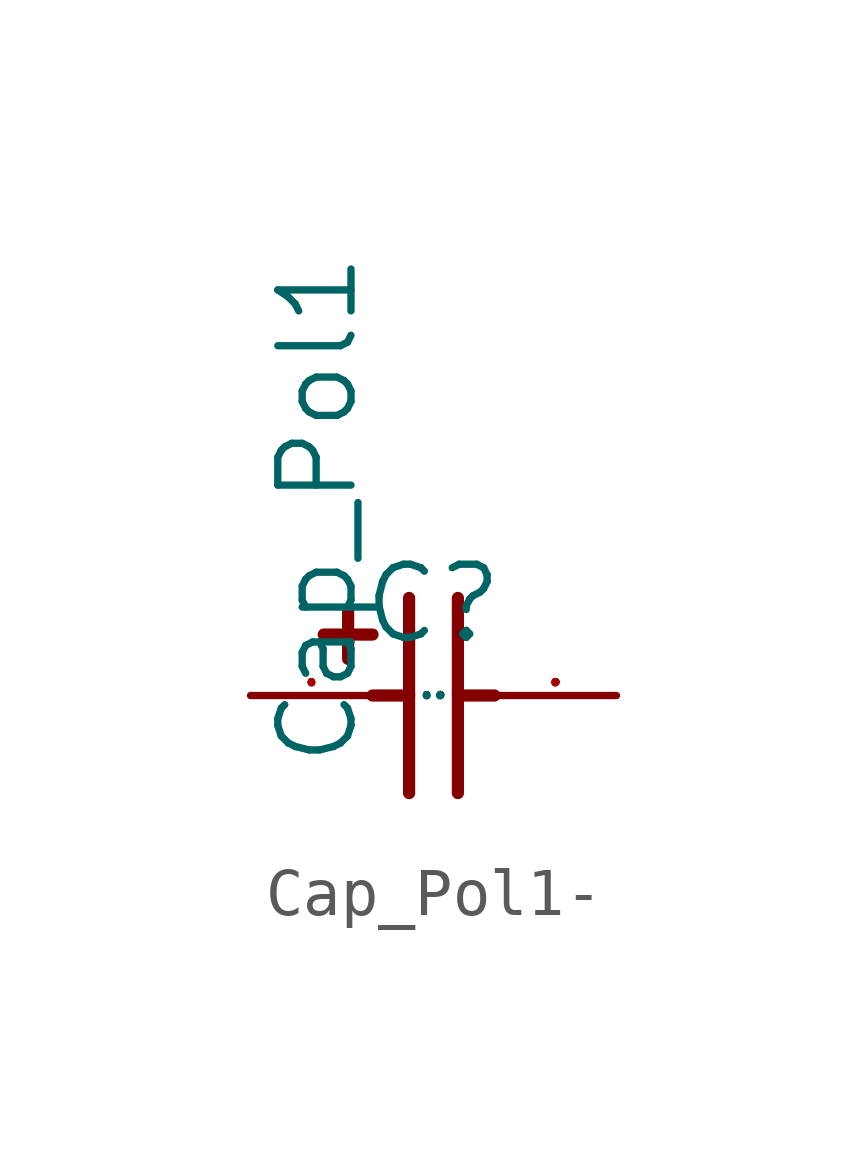
<source format=kicad_sym>
(kicad_symbol_lib
  (version 20220914)
  (generator kicad_symbol_editor)
  (symbol "Cap_Pol1-"
    (pin_names
      (offset 1.016))
    (property "Reference" "C"
      (at -0.254 -1.524 0)
      (effects (font (size 1.524 1.524)) (justify left bottom)))
    (property "Value" "Cap_Pol1"
      (at -0.254 -4.064 90)
      (effects (font (size 1.524 1.524)) (justify left bottom)))
    (property "Footprint" ""
      (at 0 0 0)
      (effects (font (size 1.524 1.524))))
    (property "Datasheet" ""
      (at 0 0 0)
      (effects (font (size 1.524 1.524))))
    (symbol "Cap_Pol1-_0_1"
      (polyline (pts (xy -0.508 -1.778) (xy -0.508 -0.762)) (stroke (width 0.254) (type solid)) (fill (type none)))
      (polyline (pts (xy 0 -2.54) (xy 0.762 -2.54)) (stroke (width 0.254) (type solid)) (fill (type none)))
      (polyline (pts (xy 0 -1.27) (xy -1.016 -1.27)) (stroke (width 0.254) (type solid)) (fill (type none)))
      (polyline (pts (xy 0.762 -4.572) (xy 0.762 -0.508)) (stroke (width 0.254) (type solid)) (fill (type none)))
      (polyline (pts (xy 1.778 -4.572) (xy 1.778 -0.508)) (stroke (width 0.254) (type solid)) (fill (type none)))
      (polyline (pts (xy 2.54 -2.54) (xy 1.778 -2.54)) (stroke (width 0.254) (type solid)) (fill (type none)))
      (pin passive line (at -2.54 -2.54 0) (length 2.54) (name "1" (effects (font (size 0.025 0.025)))) (number "1" (effects (font (size 0.025 0.025)))))
      (pin passive line (at 5.08 -2.54 180) (length 2.54) (name "2" (effects (font (size 0.025 0.025)))) (number "2" (effects (font (size 0.025 0.025))))))))
</source>
